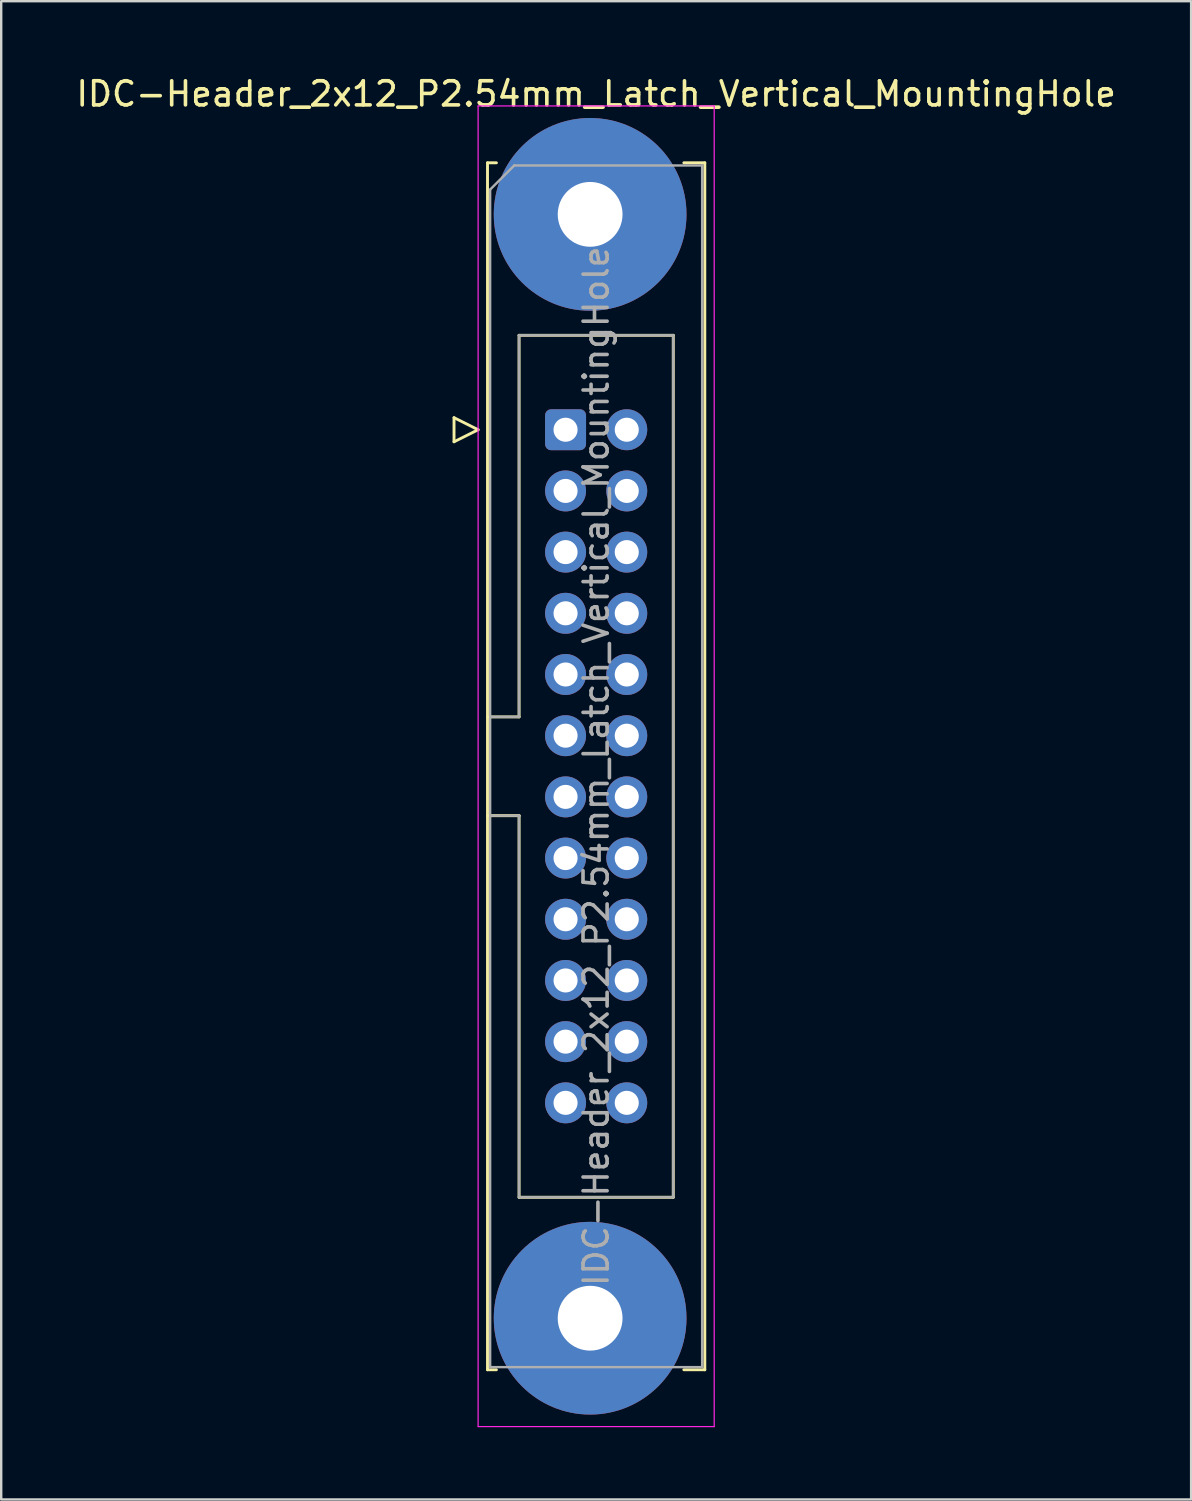
<source format=kicad_pcb>
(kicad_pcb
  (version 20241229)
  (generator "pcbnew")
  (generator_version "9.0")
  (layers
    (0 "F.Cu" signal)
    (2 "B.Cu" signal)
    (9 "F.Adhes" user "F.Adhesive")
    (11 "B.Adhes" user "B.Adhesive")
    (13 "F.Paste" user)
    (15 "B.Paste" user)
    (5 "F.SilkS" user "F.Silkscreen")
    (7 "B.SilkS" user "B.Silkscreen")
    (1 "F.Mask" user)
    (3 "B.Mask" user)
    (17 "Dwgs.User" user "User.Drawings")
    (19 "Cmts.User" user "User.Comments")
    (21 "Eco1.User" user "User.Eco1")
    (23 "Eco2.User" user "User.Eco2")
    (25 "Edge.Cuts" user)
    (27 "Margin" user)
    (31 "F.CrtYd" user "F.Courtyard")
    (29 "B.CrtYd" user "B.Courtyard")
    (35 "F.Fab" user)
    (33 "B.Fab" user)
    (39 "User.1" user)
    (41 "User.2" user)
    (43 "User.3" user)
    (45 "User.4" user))
  (footprint "IDC-Header_2x12_P2.54mm_Latch_Vertical_MountingHole"
    (layer "F.Cu")
    (at 20.426 14.788)
    (property "Reference" "IDC-Header_2x12_P2.54mm_Latch_Vertical_MountingHole" (at 1.27 -13.94 0) (layer "F.SilkS") (effects (font (size 1 1) (thickness 0.15))))
    (attr through_hole)
    (fp_line (start -4.63 -0.5) (end -4.63 0.5) (stroke (width 0.12) (type solid)) (layer "F.SilkS"))
    (fp_line (start -4.63 0.5) (end -3.63 0) (stroke (width 0.12) (type solid)) (layer "F.SilkS"))
    (fp_line (start -3.63 0) (end -4.63 -0.5) (stroke (width 0.12) (type solid)) (layer "F.SilkS"))
    (fp_line (start -3.24 -11.08) (end -3.24 39.02) (stroke (width 0.12) (type solid)) (layer "F.SilkS"))
    (fp_line (start -3.24 11.92) (end -1.93 11.92) (stroke (width 0.12) (type solid)) (layer "F.SilkS"))
    (fp_line (start -3.24 39.02) (end -2.87 39.02) (stroke (width 0.12) (type solid)) (layer "F.SilkS"))
    (fp_line (start -2.87 -11.08) (end -3.24 -11.08) (stroke (width 0.12) (type solid)) (layer "F.SilkS"))
    (fp_line (start -1.93 -3.92) (end 4.47 -3.92) (stroke (width 0.12) (type solid)) (layer "F.SilkS"))
    (fp_line (start -1.93 11.92) (end -1.93 -3.92) (stroke (width 0.12) (type solid)) (layer "F.SilkS"))
    (fp_line (start -1.93 16.02) (end -3.24 16.02) (stroke (width 0.12) (type solid)) (layer "F.SilkS"))
    (fp_line (start -1.93 16.02) (end -1.93 16.02) (stroke (width 0.12) (type solid)) (layer "F.SilkS"))
    (fp_line (start -1.93 31.86) (end -1.93 16.02) (stroke (width 0.12) (type solid)) (layer "F.SilkS"))
    (fp_line (start 4.47 -3.92) (end 4.47 31.86) (stroke (width 0.12) (type solid)) (layer "F.SilkS"))
    (fp_line (start 4.47 31.86) (end -1.93 31.86) (stroke (width 0.12) (type solid)) (layer "F.SilkS"))
    (fp_line (start 4.91 -11.08) (end 5.78 -11.08) (stroke (width 0.12) (type solid)) (layer "F.SilkS"))
    (fp_line (start 5.78 -11.08) (end 5.78 39.02) (stroke (width 0.12) (type solid)) (layer "F.SilkS"))
    (fp_line (start 5.78 39.02) (end 4.91 39.02) (stroke (width 0.12) (type solid)) (layer "F.SilkS"))
    (fp_line (start -3.63 -13.44) (end -3.63 41.38) (stroke (width 0.05) (type solid)) (layer "F.CrtYd"))
    (fp_line (start -3.63 41.38) (end 6.17 41.38) (stroke (width 0.05) (type solid)) (layer "F.CrtYd"))
    (fp_line (start 6.17 -13.44) (end -3.63 -13.44) (stroke (width 0.05) (type solid)) (layer "F.CrtYd"))
    (fp_line (start 6.17 41.38) (end 6.17 -13.44) (stroke (width 0.05) (type solid)) (layer "F.CrtYd"))
    (fp_line (start -3.13 -9.97) (end -2.13 -10.97) (stroke (width 0.1) (type solid)) (layer "F.Fab"))
    (fp_line (start -3.13 11.92) (end -1.93 11.92) (stroke (width 0.1) (type solid)) (layer "F.Fab"))
    (fp_line (start -3.13 38.91) (end -3.13 -9.97) (stroke (width 0.1) (type solid)) (layer "F.Fab"))
    (fp_line (start -2.13 -10.97) (end 5.67 -10.97) (stroke (width 0.1) (type solid)) (layer "F.Fab"))
    (fp_line (start -1.93 -3.92) (end 4.47 -3.92) (stroke (width 0.1) (type solid)) (layer "F.Fab"))
    (fp_line (start -1.93 11.92) (end -1.93 -3.92) (stroke (width 0.1) (type solid)) (layer "F.Fab"))
    (fp_line (start -1.93 16.02) (end -3.13 16.02) (stroke (width 0.1) (type solid)) (layer "F.Fab"))
    (fp_line (start -1.93 16.02) (end -1.93 16.02) (stroke (width 0.1) (type solid)) (layer "F.Fab"))
    (fp_line (start -1.93 31.86) (end -1.93 16.02) (stroke (width 0.1) (type solid)) (layer "F.Fab"))
    (fp_line (start 4.47 -3.92) (end 4.47 31.86) (stroke (width 0.1) (type solid)) (layer "F.Fab"))
    (fp_line (start 4.47 31.86) (end -1.93 31.86) (stroke (width 0.1) (type solid)) (layer "F.Fab"))
    (fp_line (start 5.67 -10.97) (end 5.67 38.91) (stroke (width 0.1) (type solid)) (layer "F.Fab"))
    (fp_line (start 5.67 38.91) (end -3.13 38.91) (stroke (width 0.1) (type solid)) (layer "F.Fab"))
    (fp_text user "${REFERENCE}" (at 1.27 13.97 90) (layer "F.Fab") (effects (font (size 1 1) (thickness 0.15))))
    (pad "" thru_hole circle (at 1.02 -8.94) (size 8 8) (drill 2.69) (layers "*.Cu" "*.Mask"))
    (pad "" thru_hole circle (at 1.02 36.88) (size 8 8) (drill 2.69) (layers "*.Cu" "*.Mask"))
    (pad "1" thru_hole roundrect (at 0 0) (size 1.7 1.7) (drill 1) (layers "*.Cu" "*.Mask") (roundrect_rratio 0.147))
    (pad "2" thru_hole circle (at 2.54 0) (size 1.7 1.7) (drill 1) (layers "*.Cu" "*.Mask"))
    (pad "3" thru_hole circle (at 0 2.54) (size 1.7 1.7) (drill 1) (layers "*.Cu" "*.Mask"))
    (pad "4" thru_hole circle (at 2.54 2.54) (size 1.7 1.7) (drill 1) (layers "*.Cu" "*.Mask"))
    (pad "5" thru_hole circle (at 0 5.08) (size 1.7 1.7) (drill 1) (layers "*.Cu" "*.Mask"))
    (pad "6" thru_hole circle (at 2.54 5.08) (size 1.7 1.7) (drill 1) (layers "*.Cu" "*.Mask"))
    (pad "7" thru_hole circle (at 0 7.62) (size 1.7 1.7) (drill 1) (layers "*.Cu" "*.Mask"))
    (pad "8" thru_hole circle (at 2.54 7.62) (size 1.7 1.7) (drill 1) (layers "*.Cu" "*.Mask"))
    (pad "9" thru_hole circle (at 0 10.16) (size 1.7 1.7) (drill 1) (layers "*.Cu" "*.Mask"))
    (pad "10" thru_hole circle (at 2.54 10.16) (size 1.7 1.7) (drill 1) (layers "*.Cu" "*.Mask"))
    (pad "11" thru_hole circle (at 0 12.7) (size 1.7 1.7) (drill 1) (layers "*.Cu" "*.Mask"))
    (pad "12" thru_hole circle (at 2.54 12.7) (size 1.7 1.7) (drill 1) (layers "*.Cu" "*.Mask"))
    (pad "13" thru_hole circle (at 0 15.24) (size 1.7 1.7) (drill 1) (layers "*.Cu" "*.Mask"))
    (pad "14" thru_hole circle (at 2.54 15.24) (size 1.7 1.7) (drill 1) (layers "*.Cu" "*.Mask"))
    (pad "15" thru_hole circle (at 0 17.78) (size 1.7 1.7) (drill 1) (layers "*.Cu" "*.Mask"))
    (pad "16" thru_hole circle (at 2.54 17.78) (size 1.7 1.7) (drill 1) (layers "*.Cu" "*.Mask"))
    (pad "17" thru_hole circle (at 0 20.32) (size 1.7 1.7) (drill 1) (layers "*.Cu" "*.Mask"))
    (pad "18" thru_hole circle (at 2.54 20.32) (size 1.7 1.7) (drill 1) (layers "*.Cu" "*.Mask"))
    (pad "19" thru_hole circle (at 0 22.86) (size 1.7 1.7) (drill 1) (layers "*.Cu" "*.Mask"))
    (pad "20" thru_hole circle (at 2.54 22.86) (size 1.7 1.7) (drill 1) (layers "*.Cu" "*.Mask"))
    (pad "21" thru_hole circle (at 0 25.4) (size 1.7 1.7) (drill 1) (layers "*.Cu" "*.Mask"))
    (pad "22" thru_hole circle (at 2.54 25.4) (size 1.7 1.7) (drill 1) (layers "*.Cu" "*.Mask"))
    (pad "23" thru_hole circle (at 0 27.94) (size 1.7 1.7) (drill 1) (layers "*.Cu" "*.Mask"))
    (pad "24" thru_hole circle (at 2.54 27.94) (size 1.7 1.7) (drill 1) (layers "*.Cu" "*.Mask")))
  (gr_rect
    (start -3 -3)
    (end 46.393 59.193)
    (stroke (width 0.1) (type default))
    (fill no)
    (layer "Edge.Cuts")))
</source>
